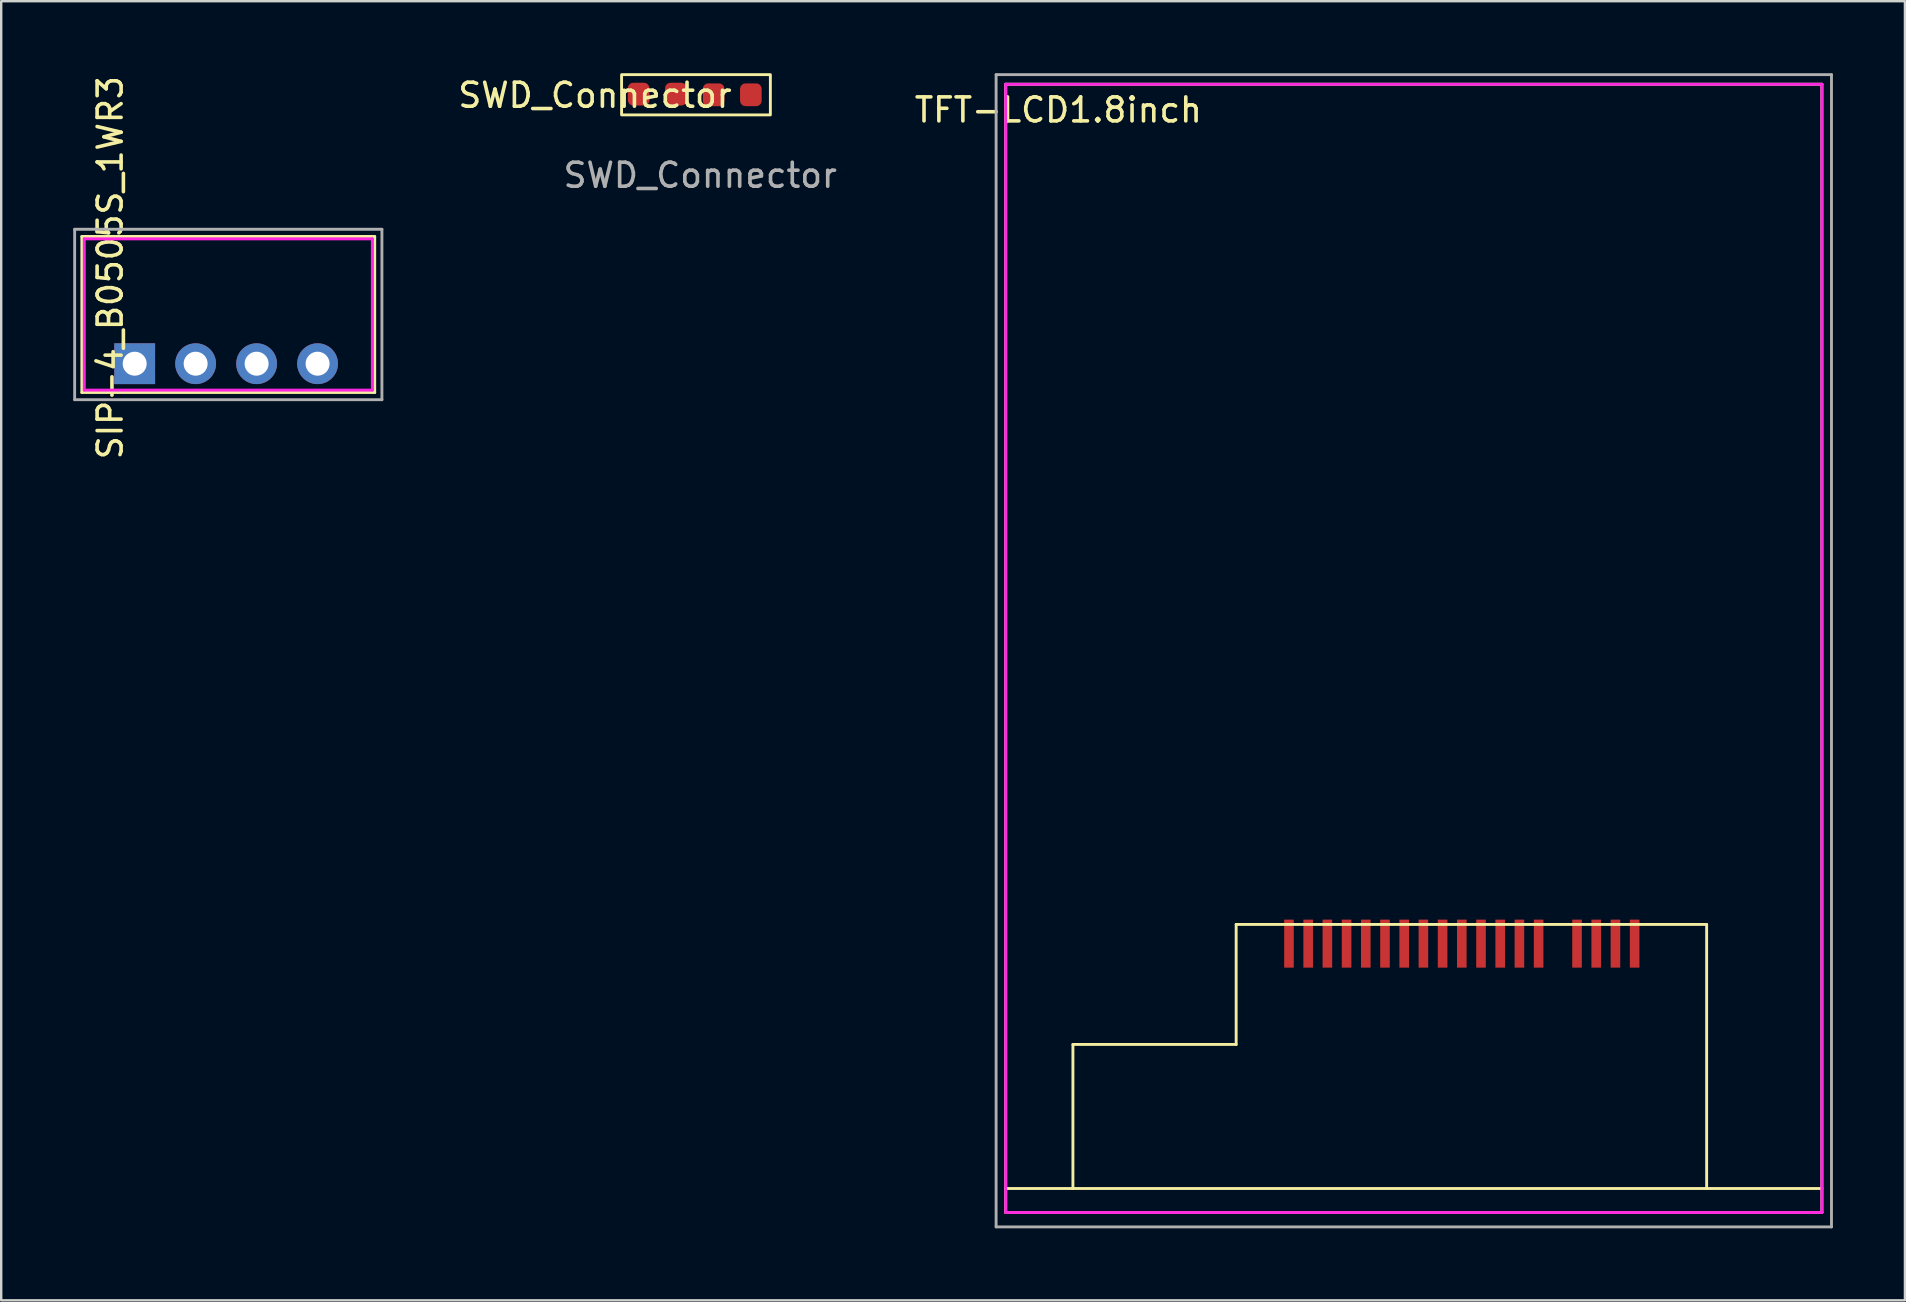
<source format=kicad_pcb>
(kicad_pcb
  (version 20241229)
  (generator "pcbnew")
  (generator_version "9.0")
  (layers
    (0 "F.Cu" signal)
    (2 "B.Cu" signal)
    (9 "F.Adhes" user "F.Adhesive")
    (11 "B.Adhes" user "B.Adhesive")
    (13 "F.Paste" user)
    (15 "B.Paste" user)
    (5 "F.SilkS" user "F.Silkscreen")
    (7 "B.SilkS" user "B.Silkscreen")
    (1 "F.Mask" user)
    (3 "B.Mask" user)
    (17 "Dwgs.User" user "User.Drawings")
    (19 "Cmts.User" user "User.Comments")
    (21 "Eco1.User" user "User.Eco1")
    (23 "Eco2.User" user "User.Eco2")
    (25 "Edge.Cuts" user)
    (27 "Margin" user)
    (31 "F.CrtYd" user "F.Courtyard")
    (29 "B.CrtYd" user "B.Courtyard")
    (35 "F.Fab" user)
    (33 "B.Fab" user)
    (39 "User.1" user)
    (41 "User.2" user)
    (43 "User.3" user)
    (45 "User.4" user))
  (footprint "SWD_Connector"
    (layer "F.Cu")
    (at 22.819 1.99)
    (property "Reference" "SWD_Connector" (at -1.083 -1.07 0) (unlocked yes) (layer "F.SilkS") (effects (font (size 1 1) (thickness 0.15))))
    (attr smd)
    (fp_rect (start 0.025 -1.93) (end 6.223 -0.254) (stroke (width 0.12) (type solid)) (fill no) (layer "F.SilkS"))
    (fp_text user "${REFERENCE}" (at 3.302 2.262 0) (unlocked yes) (layer "F.Fab") (effects (font (size 1 1) (thickness 0.15))))
    (pad "1" smd roundrect (at 0.736 -1.118 180) (size 0.9 0.95) (layers "F.Cu" "F.Mask" "F.Paste") (roundrect_rratio 0.25))
    (pad "2" smd roundrect (at 2.286 -1.118 180) (size 0.9 0.95) (layers "F.Cu" "F.Mask" "F.Paste") (roundrect_rratio 0.25))
    (pad "3" smd roundrect (at 3.86 -1.092 180) (size 0.9 0.95) (layers "F.Cu" "F.Mask" "F.Paste") (roundrect_rratio 0.25))
    (pad "4" smd roundrect (at 5.41 -1.092 180) (size 0.9 0.95) (layers "F.Cu" "F.Mask" "F.Paste") (roundrect_rratio 0.25)))
  (footprint "TFT-LCD1.8inch"
    (layer "F.Cu")
    (at 38.846 47.66)
    (property "Reference" "TFT-LCD1.8inch" (at 2.192 -46.13 0) (layer "F.SilkS") (effects (font (size 1 1) (thickness 0.15))))
    (attr through_hole)
    (fp_line (start 0 -47.2) (end 34 -47.2) (stroke (width 0.12) (type solid)) (layer "F.SilkS"))
    (fp_line (start 0 -0.2) (end 0 -47.2) (stroke (width 0.12) (type solid)) (layer "F.SilkS"))
    (fp_line (start 0 -0.2) (end 34 -0.2) (stroke (width 0.12) (type solid)) (layer "F.SilkS"))
    (fp_line (start 2.8 -7.2) (end 9.6 -7.2) (stroke (width 0.12) (type solid)) (layer "F.SilkS"))
    (fp_line (start 2.8 -1.2) (end 2.8 -7.2) (stroke (width 0.12) (type solid)) (layer "F.SilkS"))
    (fp_line (start 9.6 -12.2) (end 29.2 -12.2) (stroke (width 0.12) (type solid)) (layer "F.SilkS"))
    (fp_line (start 9.6 -7.2) (end 9.6 -12.2) (stroke (width 0.12) (type solid)) (layer "F.SilkS"))
    (fp_line (start 29.2 -12.2) (end 29.2 -1.2) (stroke (width 0.12) (type solid)) (layer "F.SilkS"))
    (fp_line (start 34 -47.2) (end 34 -0.2) (stroke (width 0.12) (type solid)) (layer "F.SilkS"))
    (fp_line (start 34 -1.2) (end 0 -1.2) (stroke (width 0.12) (type solid)) (layer "F.SilkS"))
    (fp_line (start 0 -47.2) (end 34 -47.2) (stroke (width 0.12) (type solid)) (layer "F.CrtYd"))
    (fp_line (start 0 -0.2) (end 0 -47.2) (stroke (width 0.12) (type solid)) (layer "F.CrtYd"))
    (fp_line (start 34 -47.2) (end 34 -0.2) (stroke (width 0.12) (type solid)) (layer "F.CrtYd"))
    (fp_line (start 34 -0.2) (end 0 -0.2) (stroke (width 0.12) (type solid)) (layer "F.CrtYd"))
    (fp_line (start -0.4 -47.6) (end 34.4 -47.6) (stroke (width 0.12) (type solid)) (layer "F.Fab"))
    (fp_line (start -0.4 0.4) (end -0.4 -47.6) (stroke (width 0.12) (type solid)) (layer "F.Fab"))
    (fp_line (start 34.4 -47.6) (end 34.4 0.4) (stroke (width 0.12) (type solid)) (layer "F.Fab"))
    (fp_line (start 34.4 0.4) (end -0.4 0.4) (stroke (width 0.12) (type solid)) (layer "F.Fab"))
    (pad "1" smd rect (at 22.2 -11.4) (size 0.4 2) (layers "F.Cu" "F.Mask" "F.Paste"))
    (pad "2" smd rect (at 21.4 -11.4) (size 0.4 2) (layers "F.Cu" "F.Mask" "F.Paste"))
    (pad "3" smd rect (at 20.6 -11.4) (size 0.4 2) (layers "F.Cu" "F.Mask" "F.Paste"))
    (pad "4" smd rect (at 19.8 -11.4) (size 0.4 2) (layers "F.Cu" "F.Mask" "F.Paste"))
    (pad "5" smd rect (at 19 -11.4) (size 0.4 2) (layers "F.Cu" "F.Mask" "F.Paste"))
    (pad "6" smd rect (at 18.2 -11.4) (size 0.4 2) (layers "F.Cu" "F.Mask" "F.Paste"))
    (pad "7" smd rect (at 17.4 -11.4) (size 0.4 2) (layers "F.Cu" "F.Mask" "F.Paste"))
    (pad "8" smd rect (at 16.6 -11.4) (size 0.4 2) (layers "F.Cu" "F.Mask" "F.Paste"))
    (pad "9" smd rect (at 15.8 -11.4) (size 0.4 2) (layers "F.Cu" "F.Mask" "F.Paste"))
    (pad "10" smd rect (at 15 -11.4) (size 0.4 2) (layers "F.Cu" "F.Mask" "F.Paste"))
    (pad "11" smd rect (at 14.2 -11.4) (size 0.4 2) (layers "F.Cu" "F.Mask" "F.Paste"))
    (pad "12" smd rect (at 13.4 -11.4) (size 0.4 2) (layers "F.Cu" "F.Mask" "F.Paste"))
    (pad "13" smd rect (at 12.6 -11.4) (size 0.4 2) (layers "F.Cu" "F.Mask" "F.Paste"))
    (pad "14" smd rect (at 11.8 -11.4) (size 0.4 2) (layers "F.Cu" "F.Mask" "F.Paste"))
    (pad "15" smd rect (at 23.8 -11.4) (size 0.4 2) (layers "F.Cu" "F.Mask" "F.Paste"))
    (pad "16" smd rect (at 24.6 -11.4) (size 0.4 2) (layers "F.Cu" "F.Mask" "F.Paste"))
    (pad "17" smd rect (at 25.4 -11.4) (size 0.4 2) (layers "F.Cu" "F.Mask" "F.Paste"))
    (pad "18" smd rect (at 26.2 -11.4) (size 0.4 2) (layers "F.Cu" "F.Mask" "F.Paste")))
  (footprint "SIP-4_B0505S_1WR3"
    (layer "F.Cu")
    (at 2.56 12.101)
    (property "Reference" "SIP-4_B0505S_1WR3" (at -1.02 -4 90) (layer "F.SilkS") (effects (font (size 1 1) (thickness 0.15))))
    (attr through_hole)
    (fp_line (start -2.2 -5.3) (end -2.2 1.2) (stroke (width 0.12) (type solid)) (layer "F.SilkS"))
    (fp_line (start -2.2 -5.3) (end 10 -5.3) (stroke (width 0.12) (type solid)) (layer "F.SilkS"))
    (fp_line (start -2.2 1.2) (end 10 1.2) (stroke (width 0.12) (type solid)) (layer "F.SilkS"))
    (fp_line (start 10 -5.3) (end 10 1.2) (stroke (width 0.12) (type solid)) (layer "F.SilkS"))
    (fp_line (start -2.1 -5.2) (end 9.9 -5.2) (stroke (width 0.12) (type solid)) (layer "F.CrtYd"))
    (fp_line (start -2.1 1.1) (end -2.1 -5.2) (stroke (width 0.12) (type solid)) (layer "F.CrtYd"))
    (fp_line (start 9.9 -5.2) (end 9.9 1.1) (stroke (width 0.12) (type solid)) (layer "F.CrtYd"))
    (fp_line (start 9.9 1.1) (end -2.1 1.1) (stroke (width 0.12) (type solid)) (layer "F.CrtYd"))
    (fp_line (start -2.5 -5.6) (end 10.3 -5.6) (stroke (width 0.12) (type solid)) (layer "F.Fab"))
    (fp_line (start -2.5 1.5) (end -2.5 -5.6) (stroke (width 0.12) (type solid)) (layer "F.Fab"))
    (fp_line (start 10.3 -5.6) (end 10.3 1.5) (stroke (width 0.12) (type solid)) (layer "F.Fab"))
    (fp_line (start 10.3 1.5) (end -2.5 1.5) (stroke (width 0.12) (type solid)) (layer "F.Fab"))
    (pad "1" thru_hole rect (at 0 0 90) (size 1.7 1.7) (drill 1) (layers "*.Cu" "*.Mask"))
    (pad "2" thru_hole oval (at 2.54 0 90) (size 1.7 1.7) (drill 1) (layers "*.Cu" "*.Mask"))
    (pad "3" thru_hole oval (at 5.08 0 90) (size 1.7 1.7) (drill 1) (layers "*.Cu" "*.Mask"))
    (pad "4" thru_hole oval (at 7.62 0 90) (size 1.7 1.7) (drill 1) (layers "*.Cu" "*.Mask")))
  (gr_rect
    (start -3 -3)
    (end 76.306 51.12)
    (stroke (width 0.1) (type default))
    (fill no)
    (layer "Edge.Cuts")))
</source>
